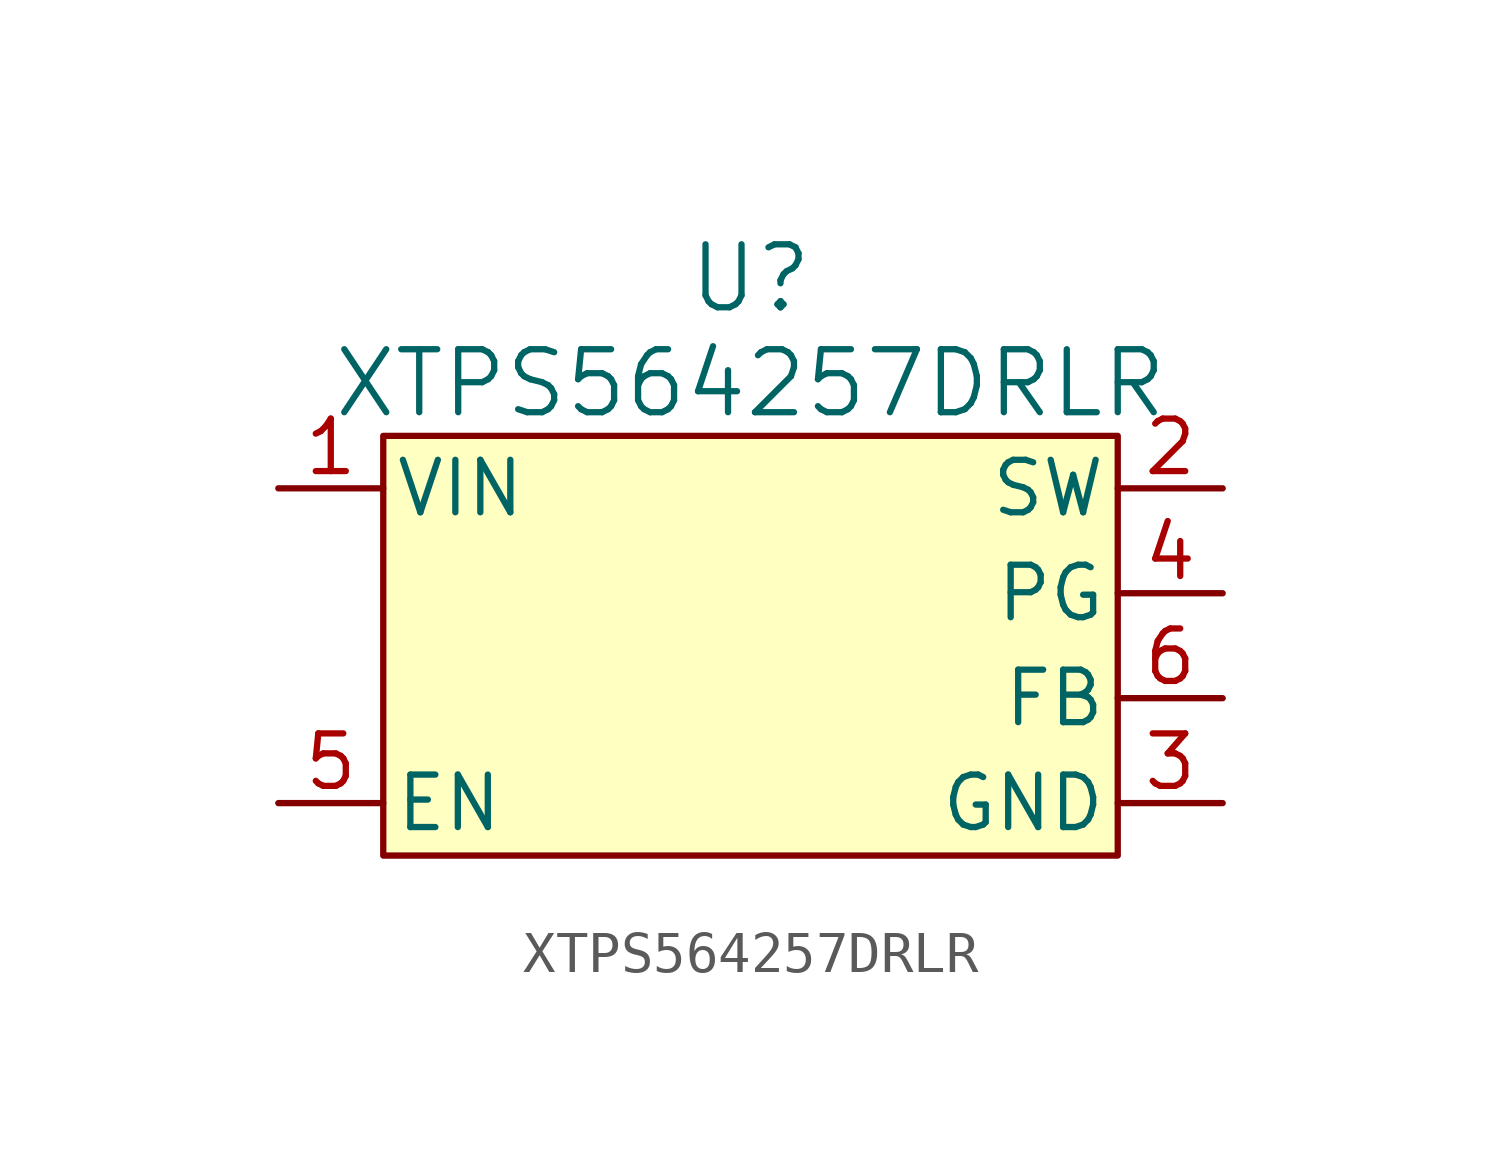
<source format=kicad_sym>
(kicad_symbol_lib
  (version 20220914)
  (generator kicad_symbol_editor)
  (symbol "XTPS564257DRLR"
    (pin_names
      (offset 0.254))
    (property "Reference" "U"
      (at 0 8.89 0)
      (effects (font (size 1.524 1.524))))
    (property "Value" "XTPS564257DRLR"
      (at 0 6.35 0)
      (effects (font (size 1.524 1.524))))
    (property "ki_locked" ""
      (at 0 0 0)
      (effects (font (size 1.27 1.27))))
    (symbol "XTPS564257DRLR_1_1"
      (rectangle (start -8.89 5.08) (end 8.89 -5.08) (stroke (width 0) (type default)) (fill (type background)))
      (pin power_in line (at -11.43 3.81 0) (length 2.54) (name "VIN" (effects (font (size 1.27 1.27)))) (number "1" (effects (font (size 1.27 1.27)))))
      (pin power_in line (at 11.43 3.81 180) (length 2.54) (name "SW" (effects (font (size 1.27 1.27)))) (number "2" (effects (font (size 1.27 1.27)))))
      (pin power_out line (at 11.43 -3.81 180) (length 2.54) (name "GND" (effects (font (size 1.27 1.27)))) (number "3" (effects (font (size 1.27 1.27)))))
      (pin unspecified line (at 11.43 1.27 180) (length 2.54) (name "PG" (effects (font (size 1.27 1.27)))) (number "4" (effects (font (size 1.27 1.27)))))
      (pin unspecified line (at -11.43 -3.81 0) (length 2.54) (name "EN" (effects (font (size 1.27 1.27)))) (number "5" (effects (font (size 1.27 1.27)))))
      (pin unspecified line (at 11.43 -1.27 180) (length 2.54) (name "FB" (effects (font (size 1.27 1.27)))) (number "6" (effects (font (size 1.27 1.27))))))))
</source>
